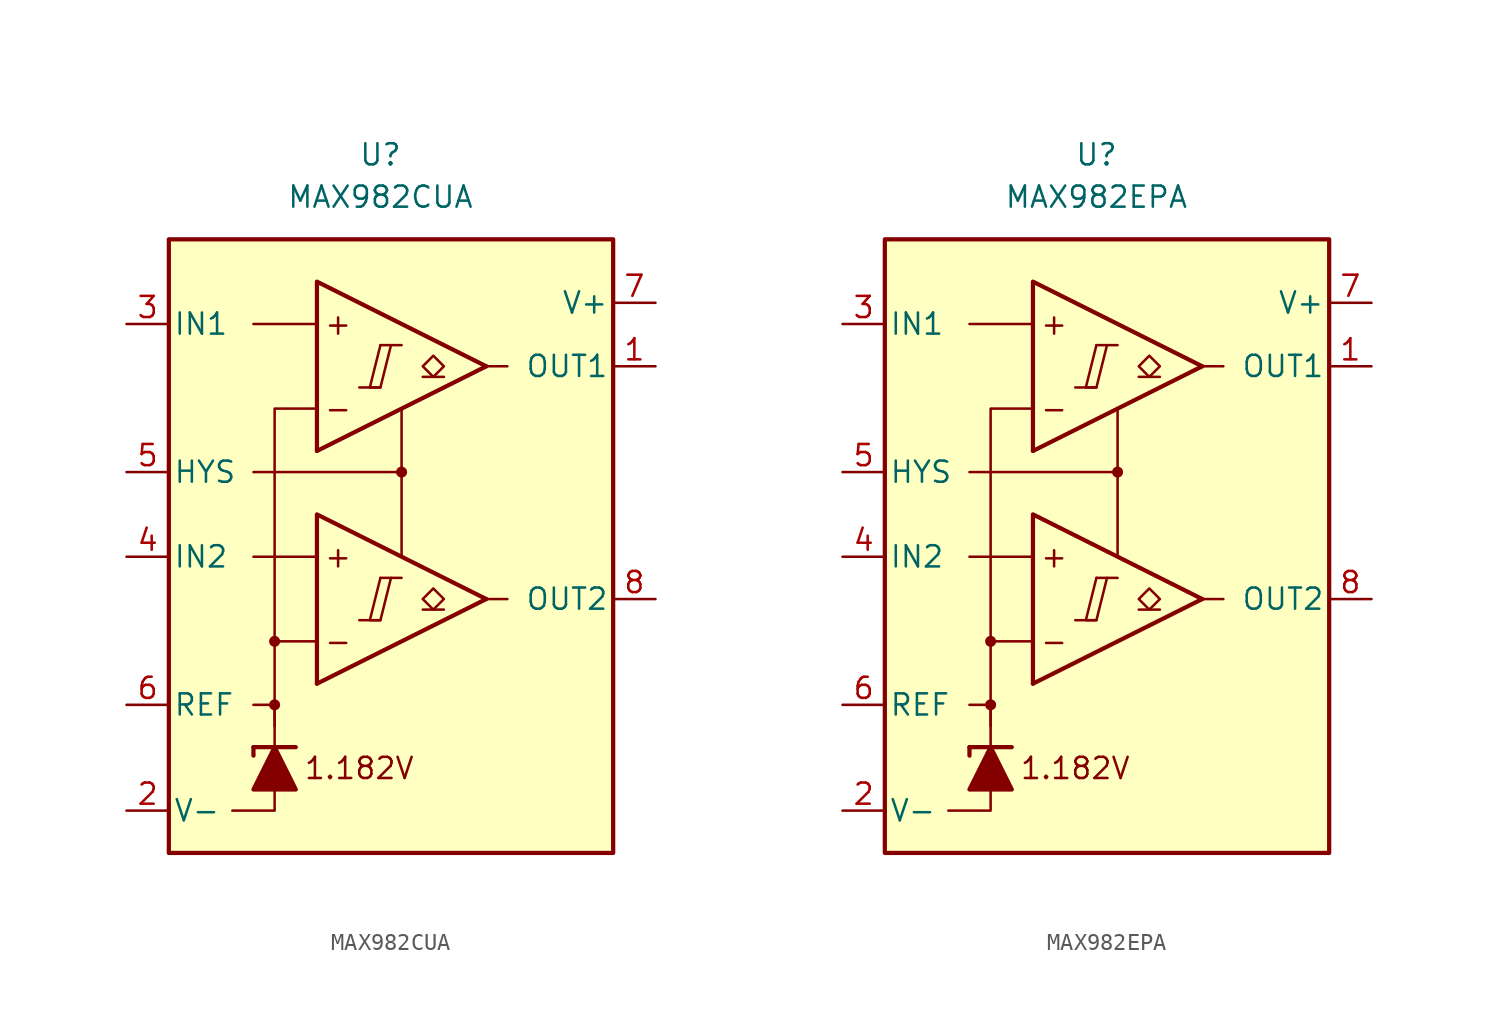
<source format=kicad_sym>
(kicad_symbol_lib
  (version 20231120)
  (generator "kicad_symbol_editor")
  (generator_version "8.0")
  (symbol "MAX982CUA"
    (pin_names
      (offset 0.254))
    (property "Reference" "U"
      (at -1.27 22.86 0)
      (effects (font (size 1.27 1.27))))
    (property "Value" "MAX982CUA"
      (at -1.27 20.32 0)
      (effects (font (size 1.27 1.27))))
    (symbol "MAX982CUA_0_0"
      (rectangle (start -13.97 17.78) (end 12.7 -19.05) (stroke (width 0.254) (type default)) (fill (type background)))
      (circle (center -7.62 -10.16) (radius 0.254) (stroke (width 0.152) (type default)) (fill (type outline)))
      (circle (center -7.62 -6.35) (radius 0.254) (stroke (width 0.152) (type default)) (fill (type outline)))
      (polyline (pts (xy -2.54 -5.08) (xy -1.27 -5.08)) (stroke (width 0.152) (type default)) (fill (type none)))
      (polyline (pts (xy -2.54 8.89) (xy -1.27 8.89)) (stroke (width 0.152) (type default)) (fill (type none)))
      (polyline (pts (xy -1.27 -2.54) (xy 0 -2.54)) (stroke (width 0.152) (type default)) (fill (type none)))
      (polyline (pts (xy -1.27 11.43) (xy 0 11.43)) (stroke (width 0.152) (type default)) (fill (type none)))
      (polyline (pts (xy 5.08 -3.81) (xy -5.08 -8.89)) (stroke (width 0.254) (type default)) (fill (type none)))
      (polyline (pts (xy 5.08 10.16) (xy -5.08 5.08)) (stroke (width 0.254) (type default)) (fill (type none)))
      (polyline (pts (xy 5.08 -3.81) (xy -5.08 1.27) (xy -5.08 -8.89)) (stroke (width 0.254) (type default)) (fill (type background)))
      (polyline (pts (xy 5.08 10.16) (xy -5.08 15.24) (xy -5.08 5.08)) (stroke (width 0.254) (type default)) (fill (type background)))
      (polyline (pts (xy -1.27 -2.54) (xy -1.905 -5.08) (xy -1.27 -5.08) (xy -0.635 -2.54)) (stroke (width 0.152) (type default)) (fill (type none)))
      (polyline (pts (xy -1.27 11.43) (xy -1.905 8.89) (xy -1.27 8.89) (xy -0.635 11.43)) (stroke (width 0.152) (type default)) (fill (type none)))
      (circle (center 0 3.81) (radius 0.254) (stroke (width 0.152) (type default)) (fill (type outline)))
      (text "+" (at -3.81 -1.27 0) (effects (font (size 1.27 1.27))))
      (text "+" (at -3.81 12.7 0) (effects (font (size 1.27 1.27))))
      (text "-" (at -3.81 -6.35 0) (effects (font (size 1.27 1.27))))
      (text "-" (at -3.81 7.62 0) (effects (font (size 1.27 1.27))))
      (text "1.182V" (at -2.54 -13.97 0) (effects (font (size 1.27 1.27)))))
    (symbol "MAX982CUA_0_1"
      (polyline (pts (xy -8.89 -12.7) (xy -8.89 -13.208)) (stroke (width 0.254) (type default)) (fill (type none)))
      (polyline (pts (xy -8.89 -12.7) (xy -6.35 -12.7)) (stroke (width 0.254) (type default)) (fill (type none)))
      (polyline (pts (xy -5.08 -1.27) (xy -8.89 -1.27)) (stroke (width 0) (type default)) (fill (type none)))
      (polyline (pts (xy -5.08 12.7) (xy -8.89 12.7)) (stroke (width 0) (type default)) (fill (type none)))
      (polyline (pts (xy 0 3.81) (xy 0 -1.27)) (stroke (width 0) (type default)) (fill (type none)))
      (polyline (pts (xy 5.08 -3.81) (xy 6.35 -3.81)) (stroke (width 0) (type default)) (fill (type none)))
      (polyline (pts (xy 5.08 10.16) (xy 6.35 10.16)) (stroke (width 0) (type default)) (fill (type none)))
      (polyline (pts (xy -7.62 -15.24) (xy -7.62 -16.51) (xy -10.16 -16.51)) (stroke (width 0) (type default)) (fill (type none)))
      (polyline (pts (xy -7.62 -12.7) (xy -7.62 -10.16) (xy -8.89 -10.16)) (stroke (width 0) (type default)) (fill (type none)))
      (polyline (pts (xy -7.62 -11.43) (xy -7.62 -6.35) (xy -5.08 -6.35)) (stroke (width 0) (type default)) (fill (type none)))
      (polyline (pts (xy -7.62 -6.35) (xy -7.62 7.62) (xy -5.08 7.62)) (stroke (width 0) (type default)) (fill (type none)))
      (polyline (pts (xy 0 7.62) (xy 0 3.81) (xy -8.89 3.81)) (stroke (width 0) (type default)) (fill (type none)))
      (polyline (pts (xy -6.35 -15.24) (xy -8.89 -15.24) (xy -7.62 -12.7) (xy -6.35 -15.24)) (stroke (width 0.254) (type default)) (fill (type outline))))
    (symbol "MAX982CUA_1_1"
      (polyline (pts (xy 2.54 -4.445) (xy 1.27 -4.445)) (stroke (width 0.152) (type default)) (fill (type none)))
      (polyline (pts (xy 2.54 9.525) (xy 1.27 9.525)) (stroke (width 0.152) (type default)) (fill (type none)))
      (polyline (pts (xy 1.905 -4.445) (xy 1.27 -3.81) (xy 1.905 -3.175) (xy 2.54 -3.81) (xy 1.905 -4.445)) (stroke (width 0.152) (type default)) (fill (type none)))
      (polyline (pts (xy 1.905 9.525) (xy 1.27 10.16) (xy 1.905 10.795) (xy 2.54 10.16) (xy 1.905 9.525)) (stroke (width 0.152) (type default)) (fill (type none)))
      (pin output line (at 15.24 10.16 180) (length 2.54) (name "OUT1" (effects (font (size 1.27 1.27)))) (number "1" (effects (font (size 1.27 1.27)))))
      (pin power_in line (at -16.51 -16.51 0) (length 2.54) (name "V-" (effects (font (size 1.27 1.27)))) (number "2" (effects (font (size 1.27 1.27)))))
      (pin input line (at -16.51 12.7 0) (length 2.54) (name "IN1" (effects (font (size 1.27 1.27)))) (number "3" (effects (font (size 1.27 1.27)))))
      (pin input line (at -16.51 -1.27 0) (length 2.54) (name "IN2" (effects (font (size 1.27 1.27)))) (number "4" (effects (font (size 1.27 1.27)))))
      (pin input line (at -16.51 3.81 0) (length 2.54) (name "HYS" (effects (font (size 1.27 1.27)))) (number "5" (effects (font (size 1.27 1.27)))))
      (pin output line (at -16.51 -10.16 0) (length 2.54) (name "REF" (effects (font (size 1.27 1.27)))) (number "6" (effects (font (size 1.27 1.27)))))
      (pin power_in line (at 15.24 13.97 180) (length 2.54) (name "V+" (effects (font (size 1.27 1.27)))) (number "7" (effects (font (size 1.27 1.27)))))
      (pin output line (at 15.24 -3.81 180) (length 2.54) (name "OUT2" (effects (font (size 1.27 1.27)))) (number "8" (effects (font (size 1.27 1.27)))))))
  (symbol "MAX982EPA"
    (pin_names
      (offset 0.254))
    (property "Reference" "U"
      (at -1.27 22.86 0)
      (effects (font (size 1.27 1.27))))
    (property "Value" "MAX982EPA"
      (at -1.27 20.32 0)
      (effects (font (size 1.27 1.27))))
    (symbol "MAX982EPA_0_0"
      (rectangle (start -13.97 17.78) (end 12.7 -19.05) (stroke (width 0.254) (type default)) (fill (type background)))
      (circle (center -7.62 -10.16) (radius 0.254) (stroke (width 0.152) (type default)) (fill (type outline)))
      (circle (center -7.62 -6.35) (radius 0.254) (stroke (width 0.152) (type default)) (fill (type outline)))
      (polyline (pts (xy -2.54 -5.08) (xy -1.27 -5.08)) (stroke (width 0.152) (type default)) (fill (type none)))
      (polyline (pts (xy -2.54 8.89) (xy -1.27 8.89)) (stroke (width 0.152) (type default)) (fill (type none)))
      (polyline (pts (xy -1.27 -2.54) (xy 0 -2.54)) (stroke (width 0.152) (type default)) (fill (type none)))
      (polyline (pts (xy -1.27 11.43) (xy 0 11.43)) (stroke (width 0.152) (type default)) (fill (type none)))
      (polyline (pts (xy 5.08 -3.81) (xy -5.08 -8.89)) (stroke (width 0.254) (type default)) (fill (type none)))
      (polyline (pts (xy 5.08 10.16) (xy -5.08 5.08)) (stroke (width 0.254) (type default)) (fill (type none)))
      (polyline (pts (xy 5.08 -3.81) (xy -5.08 1.27) (xy -5.08 -8.89)) (stroke (width 0.254) (type default)) (fill (type background)))
      (polyline (pts (xy 5.08 10.16) (xy -5.08 15.24) (xy -5.08 5.08)) (stroke (width 0.254) (type default)) (fill (type background)))
      (polyline (pts (xy -1.27 -2.54) (xy -1.905 -5.08) (xy -1.27 -5.08) (xy -0.635 -2.54)) (stroke (width 0.152) (type default)) (fill (type none)))
      (polyline (pts (xy -1.27 11.43) (xy -1.905 8.89) (xy -1.27 8.89) (xy -0.635 11.43)) (stroke (width 0.152) (type default)) (fill (type none)))
      (circle (center 0 3.81) (radius 0.254) (stroke (width 0.152) (type default)) (fill (type outline)))
      (text "+" (at -3.81 -1.27 0) (effects (font (size 1.27 1.27))))
      (text "+" (at -3.81 12.7 0) (effects (font (size 1.27 1.27))))
      (text "-" (at -3.81 -6.35 0) (effects (font (size 1.27 1.27))))
      (text "-" (at -3.81 7.62 0) (effects (font (size 1.27 1.27))))
      (text "1.182V" (at -2.54 -13.97 0) (effects (font (size 1.27 1.27)))))
    (symbol "MAX982EPA_0_1"
      (polyline (pts (xy -8.89 -12.7) (xy -8.89 -13.208)) (stroke (width 0.254) (type default)) (fill (type none)))
      (polyline (pts (xy -8.89 -12.7) (xy -6.35 -12.7)) (stroke (width 0.254) (type default)) (fill (type none)))
      (polyline (pts (xy -5.08 -1.27) (xy -8.89 -1.27)) (stroke (width 0) (type default)) (fill (type none)))
      (polyline (pts (xy -5.08 12.7) (xy -8.89 12.7)) (stroke (width 0) (type default)) (fill (type none)))
      (polyline (pts (xy 0 3.81) (xy 0 -1.27)) (stroke (width 0) (type default)) (fill (type none)))
      (polyline (pts (xy 5.08 -3.81) (xy 6.35 -3.81)) (stroke (width 0) (type default)) (fill (type none)))
      (polyline (pts (xy 5.08 10.16) (xy 6.35 10.16)) (stroke (width 0) (type default)) (fill (type none)))
      (polyline (pts (xy -7.62 -15.24) (xy -7.62 -16.51) (xy -10.16 -16.51)) (stroke (width 0) (type default)) (fill (type none)))
      (polyline (pts (xy -7.62 -12.7) (xy -7.62 -10.16) (xy -8.89 -10.16)) (stroke (width 0) (type default)) (fill (type none)))
      (polyline (pts (xy -7.62 -11.43) (xy -7.62 -6.35) (xy -5.08 -6.35)) (stroke (width 0) (type default)) (fill (type none)))
      (polyline (pts (xy -7.62 -6.35) (xy -7.62 7.62) (xy -5.08 7.62)) (stroke (width 0) (type default)) (fill (type none)))
      (polyline (pts (xy 0 7.62) (xy 0 3.81) (xy -8.89 3.81)) (stroke (width 0) (type default)) (fill (type none)))
      (polyline (pts (xy -6.35 -15.24) (xy -8.89 -15.24) (xy -7.62 -12.7) (xy -6.35 -15.24)) (stroke (width 0.254) (type default)) (fill (type outline))))
    (symbol "MAX982EPA_1_1"
      (polyline (pts (xy 2.54 -4.445) (xy 1.27 -4.445)) (stroke (width 0.152) (type default)) (fill (type none)))
      (polyline (pts (xy 2.54 9.525) (xy 1.27 9.525)) (stroke (width 0.152) (type default)) (fill (type none)))
      (polyline (pts (xy 1.905 -4.445) (xy 1.27 -3.81) (xy 1.905 -3.175) (xy 2.54 -3.81) (xy 1.905 -4.445)) (stroke (width 0.152) (type default)) (fill (type none)))
      (polyline (pts (xy 1.905 9.525) (xy 1.27 10.16) (xy 1.905 10.795) (xy 2.54 10.16) (xy 1.905 9.525)) (stroke (width 0.152) (type default)) (fill (type none)))
      (pin output line (at 15.24 10.16 180) (length 2.54) (name "OUT1" (effects (font (size 1.27 1.27)))) (number "1" (effects (font (size 1.27 1.27)))))
      (pin power_in line (at -16.51 -16.51 0) (length 2.54) (name "V-" (effects (font (size 1.27 1.27)))) (number "2" (effects (font (size 1.27 1.27)))))
      (pin input line (at -16.51 12.7 0) (length 2.54) (name "IN1" (effects (font (size 1.27 1.27)))) (number "3" (effects (font (size 1.27 1.27)))))
      (pin input line (at -16.51 -1.27 0) (length 2.54) (name "IN2" (effects (font (size 1.27 1.27)))) (number "4" (effects (font (size 1.27 1.27)))))
      (pin input line (at -16.51 3.81 0) (length 2.54) (name "HYS" (effects (font (size 1.27 1.27)))) (number "5" (effects (font (size 1.27 1.27)))))
      (pin output line (at -16.51 -10.16 0) (length 2.54) (name "REF" (effects (font (size 1.27 1.27)))) (number "6" (effects (font (size 1.27 1.27)))))
      (pin power_in line (at 15.24 13.97 180) (length 2.54) (name "V+" (effects (font (size 1.27 1.27)))) (number "7" (effects (font (size 1.27 1.27)))))
      (pin output line (at 15.24 -3.81 180) (length 2.54) (name "OUT2" (effects (font (size 1.27 1.27)))) (number "8" (effects (font (size 1.27 1.27))))))))
</source>
